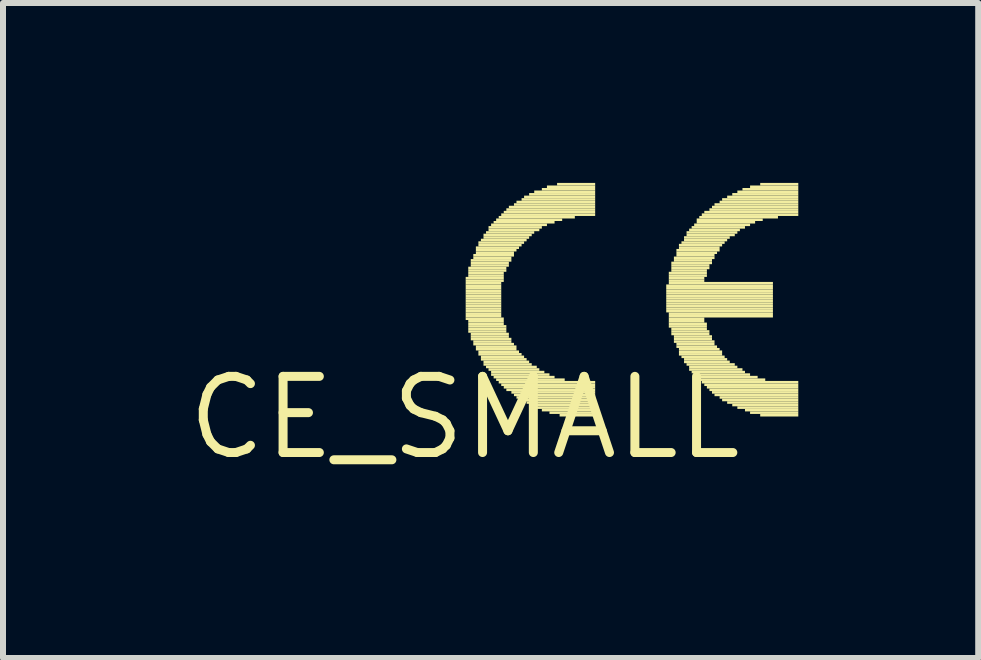
<source format=kicad_pcb>
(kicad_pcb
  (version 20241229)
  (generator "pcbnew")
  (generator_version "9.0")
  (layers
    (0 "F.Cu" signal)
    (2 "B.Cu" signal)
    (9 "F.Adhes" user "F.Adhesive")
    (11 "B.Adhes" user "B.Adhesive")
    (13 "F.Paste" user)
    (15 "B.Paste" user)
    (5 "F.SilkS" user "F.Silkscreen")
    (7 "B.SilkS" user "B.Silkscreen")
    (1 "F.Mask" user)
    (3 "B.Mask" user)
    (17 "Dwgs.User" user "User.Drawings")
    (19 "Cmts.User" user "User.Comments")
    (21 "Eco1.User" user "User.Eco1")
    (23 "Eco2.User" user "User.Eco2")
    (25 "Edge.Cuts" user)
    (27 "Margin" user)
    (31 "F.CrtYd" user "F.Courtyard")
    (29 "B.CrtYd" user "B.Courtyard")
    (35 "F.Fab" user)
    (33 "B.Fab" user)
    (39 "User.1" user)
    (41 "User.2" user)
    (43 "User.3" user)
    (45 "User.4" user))
  (footprint "CE_SMALL"
    (layer "F.Cu")
    (at 4.694 3.916)
    (property "Reference" "CE_SMALL" (at 0 0 0) (layer "F.SilkS") (effects (font (size 1.27 1.27) (thickness 0.15))))
    (fp_poly (pts (xy 0.021 -2.307) (xy 0.656 -2.307) (xy 0.656 -2.349) (xy 0.021 -2.349)) (stroke (width 0) (type solid)) (fill yes) (layer "F.SilkS"))
    (fp_poly (pts (xy 0.021 -2.265) (xy 0.656 -2.265) (xy 0.656 -2.307) (xy 0.021 -2.307)) (stroke (width 0) (type solid)) (fill yes) (layer "F.SilkS"))
    (fp_poly (pts (xy 0.021 -2.223) (xy 0.614 -2.223) (xy 0.614 -2.265) (xy 0.021 -2.265)) (stroke (width 0) (type solid)) (fill yes) (layer "F.SilkS"))
    (fp_poly (pts (xy 0.021 -2.18) (xy 0.614 -2.18) (xy 0.614 -2.223) (xy 0.021 -2.223)) (stroke (width 0) (type solid)) (fill yes) (layer "F.SilkS"))
    (fp_poly (pts (xy 0.021 -2.138) (xy 0.614 -2.138) (xy 0.614 -2.18) (xy 0.021 -2.18)) (stroke (width 0) (type solid)) (fill yes) (layer "F.SilkS"))
    (fp_poly (pts (xy 0.021 -2.095) (xy 0.614 -2.095) (xy 0.614 -2.138) (xy 0.021 -2.138)) (stroke (width 0) (type solid)) (fill yes) (layer "F.SilkS"))
    (fp_poly (pts (xy 0.021 -2.053) (xy 0.614 -2.053) (xy 0.614 -2.095) (xy 0.021 -2.095)) (stroke (width 0) (type solid)) (fill yes) (layer "F.SilkS"))
    (fp_poly (pts (xy 0.021 -2.011) (xy 0.614 -2.011) (xy 0.614 -2.053) (xy 0.021 -2.053)) (stroke (width 0) (type solid)) (fill yes) (layer "F.SilkS"))
    (fp_poly (pts (xy 0.021 -1.968) (xy 0.614 -1.968) (xy 0.614 -2.011) (xy 0.021 -2.011)) (stroke (width 0) (type solid)) (fill yes) (layer "F.SilkS"))
    (fp_poly (pts (xy 0.021 -1.926) (xy 0.614 -1.926) (xy 0.614 -1.968) (xy 0.021 -1.968)) (stroke (width 0) (type solid)) (fill yes) (layer "F.SilkS"))
    (fp_poly (pts (xy 0.021 -1.884) (xy 0.614 -1.884) (xy 0.614 -1.926) (xy 0.021 -1.926)) (stroke (width 0) (type solid)) (fill yes) (layer "F.SilkS"))
    (fp_poly (pts (xy 0.021 -1.841) (xy 0.614 -1.841) (xy 0.614 -1.884) (xy 0.021 -1.884)) (stroke (width 0) (type solid)) (fill yes) (layer "F.SilkS"))
    (fp_poly (pts (xy 0.021 -1.799) (xy 0.614 -1.799) (xy 0.614 -1.841) (xy 0.021 -1.841)) (stroke (width 0) (type solid)) (fill yes) (layer "F.SilkS"))
    (fp_poly (pts (xy 0.021 -1.757) (xy 0.614 -1.757) (xy 0.614 -1.799) (xy 0.021 -1.799)) (stroke (width 0) (type solid)) (fill yes) (layer "F.SilkS"))
    (fp_poly (pts (xy 0.021 -1.714) (xy 0.614 -1.714) (xy 0.614 -1.757) (xy 0.021 -1.757)) (stroke (width 0) (type solid)) (fill yes) (layer "F.SilkS"))
    (fp_poly (pts (xy 0.021 -1.672) (xy 0.614 -1.672) (xy 0.614 -1.714) (xy 0.021 -1.714)) (stroke (width 0) (type solid)) (fill yes) (layer "F.SilkS"))
    (fp_poly (pts (xy 0.021 -1.63) (xy 0.656 -1.63) (xy 0.656 -1.672) (xy 0.021 -1.672)) (stroke (width 0) (type solid)) (fill yes) (layer "F.SilkS"))
    (fp_poly (pts (xy 0.064 -2.477) (xy 0.699 -2.477) (xy 0.699 -2.519) (xy 0.064 -2.519)) (stroke (width 0) (type solid)) (fill yes) (layer "F.SilkS"))
    (fp_poly (pts (xy 0.064 -2.434) (xy 0.699 -2.434) (xy 0.699 -2.477) (xy 0.064 -2.477)) (stroke (width 0) (type solid)) (fill yes) (layer "F.SilkS"))
    (fp_poly (pts (xy 0.064 -2.392) (xy 0.656 -2.392) (xy 0.656 -2.434) (xy 0.064 -2.434)) (stroke (width 0) (type solid)) (fill yes) (layer "F.SilkS"))
    (fp_poly (pts (xy 0.064 -2.349) (xy 0.656 -2.349) (xy 0.656 -2.392) (xy 0.064 -2.392)) (stroke (width 0) (type solid)) (fill yes) (layer "F.SilkS"))
    (fp_poly (pts (xy 0.064 -1.587) (xy 0.656 -1.587) (xy 0.656 -1.63) (xy 0.064 -1.63)) (stroke (width 0) (type solid)) (fill yes) (layer "F.SilkS"))
    (fp_poly (pts (xy 0.064 -1.545) (xy 0.656 -1.545) (xy 0.656 -1.587) (xy 0.064 -1.587)) (stroke (width 0) (type solid)) (fill yes) (layer "F.SilkS"))
    (fp_poly (pts (xy 0.064 -1.503) (xy 0.699 -1.503) (xy 0.699 -1.545) (xy 0.064 -1.545)) (stroke (width 0) (type solid)) (fill yes) (layer "F.SilkS"))
    (fp_poly (pts (xy 0.064 -1.46) (xy 0.699 -1.46) (xy 0.699 -1.503) (xy 0.064 -1.503)) (stroke (width 0) (type solid)) (fill yes) (layer "F.SilkS"))
    (fp_poly (pts (xy 0.064 -1.418) (xy 0.699 -1.418) (xy 0.699 -1.46) (xy 0.064 -1.46)) (stroke (width 0) (type solid)) (fill yes) (layer "F.SilkS"))
    (fp_poly (pts (xy 0.106 -2.603) (xy 0.783 -2.603) (xy 0.783 -2.646) (xy 0.106 -2.646)) (stroke (width 0) (type solid)) (fill yes) (layer "F.SilkS"))
    (fp_poly (pts (xy 0.106 -2.561) (xy 0.741 -2.561) (xy 0.741 -2.603) (xy 0.106 -2.603)) (stroke (width 0) (type solid)) (fill yes) (layer "F.SilkS"))
    (fp_poly (pts (xy 0.106 -2.519) (xy 0.741 -2.519) (xy 0.741 -2.561) (xy 0.106 -2.561)) (stroke (width 0) (type solid)) (fill yes) (layer "F.SilkS"))
    (fp_poly (pts (xy 0.106 -1.376) (xy 0.741 -1.376) (xy 0.741 -1.418) (xy 0.106 -1.418)) (stroke (width 0) (type solid)) (fill yes) (layer "F.SilkS"))
    (fp_poly (pts (xy 0.106 -1.333) (xy 0.741 -1.333) (xy 0.741 -1.376) (xy 0.106 -1.376)) (stroke (width 0) (type solid)) (fill yes) (layer "F.SilkS"))
    (fp_poly (pts (xy 0.106 -1.291) (xy 0.783 -1.291) (xy 0.783 -1.333) (xy 0.106 -1.333)) (stroke (width 0) (type solid)) (fill yes) (layer "F.SilkS"))
    (fp_poly (pts (xy 0.148 -2.688) (xy 0.826 -2.688) (xy 0.826 -2.731) (xy 0.148 -2.731)) (stroke (width 0) (type solid)) (fill yes) (layer "F.SilkS"))
    (fp_poly (pts (xy 0.148 -2.646) (xy 0.783 -2.646) (xy 0.783 -2.688) (xy 0.148 -2.688)) (stroke (width 0) (type solid)) (fill yes) (layer "F.SilkS"))
    (fp_poly (pts (xy 0.148 -1.249) (xy 0.783 -1.249) (xy 0.783 -1.291) (xy 0.148 -1.291)) (stroke (width 0) (type solid)) (fill yes) (layer "F.SilkS"))
    (fp_poly (pts (xy 0.148 -1.206) (xy 0.826 -1.206) (xy 0.826 -1.249) (xy 0.148 -1.249)) (stroke (width 0) (type solid)) (fill yes) (layer "F.SilkS"))
    (fp_poly (pts (xy 0.191 -2.815) (xy 0.91 -2.815) (xy 0.91 -2.857) (xy 0.191 -2.857)) (stroke (width 0) (type solid)) (fill yes) (layer "F.SilkS"))
    (fp_poly (pts (xy 0.191 -2.773) (xy 0.868 -2.773) (xy 0.868 -2.815) (xy 0.191 -2.815)) (stroke (width 0) (type solid)) (fill yes) (layer "F.SilkS"))
    (fp_poly (pts (xy 0.191 -2.731) (xy 0.826 -2.731) (xy 0.826 -2.773) (xy 0.191 -2.773)) (stroke (width 0) (type solid)) (fill yes) (layer "F.SilkS"))
    (fp_poly (pts (xy 0.191 -1.164) (xy 0.868 -1.164) (xy 0.868 -1.206) (xy 0.191 -1.206)) (stroke (width 0) (type solid)) (fill yes) (layer "F.SilkS"))
    (fp_poly (pts (xy 0.191 -1.122) (xy 0.868 -1.122) (xy 0.868 -1.164) (xy 0.191 -1.164)) (stroke (width 0) (type solid)) (fill yes) (layer "F.SilkS"))
    (fp_poly (pts (xy 0.233 -2.9) (xy 0.995 -2.9) (xy 0.995 -2.942) (xy 0.233 -2.942)) (stroke (width 0) (type solid)) (fill yes) (layer "F.SilkS"))
    (fp_poly (pts (xy 0.233 -2.857) (xy 0.953 -2.857) (xy 0.953 -2.9) (xy 0.233 -2.9)) (stroke (width 0) (type solid)) (fill yes) (layer "F.SilkS"))
    (fp_poly (pts (xy 0.233 -1.079) (xy 0.91 -1.079) (xy 0.91 -1.122) (xy 0.233 -1.122)) (stroke (width 0) (type solid)) (fill yes) (layer "F.SilkS"))
    (fp_poly (pts (xy 0.233 -1.037) (xy 0.953 -1.037) (xy 0.953 -1.079) (xy 0.233 -1.079)) (stroke (width 0) (type solid)) (fill yes) (layer "F.SilkS"))
    (fp_poly (pts (xy 0.275 -2.942) (xy 1.037 -2.942) (xy 1.037 -2.985) (xy 0.275 -2.985)) (stroke (width 0) (type solid)) (fill yes) (layer "F.SilkS"))
    (fp_poly (pts (xy 0.275 -0.995) (xy 0.995 -0.995) (xy 0.995 -1.037) (xy 0.275 -1.037)) (stroke (width 0) (type solid)) (fill yes) (layer "F.SilkS"))
    (fp_poly (pts (xy 0.275 -0.953) (xy 1.037 -0.953) (xy 1.037 -0.995) (xy 0.275 -0.995)) (stroke (width 0) (type solid)) (fill yes) (layer "F.SilkS"))
    (fp_poly (pts (xy 0.318 -3.027) (xy 1.122 -3.027) (xy 1.122 -3.069) (xy 0.318 -3.069)) (stroke (width 0) (type solid)) (fill yes) (layer "F.SilkS"))
    (fp_poly (pts (xy 0.318 -2.985) (xy 1.079 -2.985) (xy 1.079 -3.027) (xy 0.318 -3.027)) (stroke (width 0) (type solid)) (fill yes) (layer "F.SilkS"))
    (fp_poly (pts (xy 0.318 -0.91) (xy 1.079 -0.91) (xy 1.079 -0.953) (xy 0.318 -0.953)) (stroke (width 0) (type solid)) (fill yes) (layer "F.SilkS"))
    (fp_poly (pts (xy 0.318 -0.868) (xy 1.122 -0.868) (xy 1.122 -0.91) (xy 0.318 -0.91)) (stroke (width 0) (type solid)) (fill yes) (layer "F.SilkS"))
    (fp_poly (pts (xy 0.36 -3.069) (xy 1.164 -3.069) (xy 1.164 -3.111) (xy 0.36 -3.111)) (stroke (width 0) (type solid)) (fill yes) (layer "F.SilkS"))
    (fp_poly (pts (xy 0.36 -0.826) (xy 1.206 -0.826) (xy 1.206 -0.868) (xy 0.36 -0.868)) (stroke (width 0) (type solid)) (fill yes) (layer "F.SilkS"))
    (fp_poly (pts (xy 0.402 -3.154) (xy 1.291 -3.154) (xy 1.291 -3.196) (xy 0.402 -3.196)) (stroke (width 0) (type solid)) (fill yes) (layer "F.SilkS"))
    (fp_poly (pts (xy 0.402 -3.111) (xy 1.249 -3.111) (xy 1.249 -3.154) (xy 0.402 -3.154)) (stroke (width 0) (type solid)) (fill yes) (layer "F.SilkS"))
    (fp_poly (pts (xy 0.402 -0.783) (xy 1.249 -0.783) (xy 1.249 -0.826) (xy 0.402 -0.826)) (stroke (width 0) (type solid)) (fill yes) (layer "F.SilkS"))
    (fp_poly (pts (xy 0.445 -3.196) (xy 1.376 -3.196) (xy 1.376 -3.239) (xy 0.445 -3.239)) (stroke (width 0) (type solid)) (fill yes) (layer "F.SilkS"))
    (fp_poly (pts (xy 0.445 -0.741) (xy 1.333 -0.741) (xy 1.333 -0.783) (xy 0.445 -0.783)) (stroke (width 0) (type solid)) (fill yes) (layer "F.SilkS"))
    (fp_poly (pts (xy 0.445 -0.699) (xy 1.418 -0.699) (xy 1.418 -0.741) (xy 0.445 -0.741)) (stroke (width 0) (type solid)) (fill yes) (layer "F.SilkS"))
    (fp_poly (pts (xy 0.487 -3.239) (xy 1.503 -3.239) (xy 1.503 -3.281) (xy 0.487 -3.281)) (stroke (width 0) (type solid)) (fill yes) (layer "F.SilkS"))
    (fp_poly (pts (xy 0.487 -0.656) (xy 1.503 -0.656) (xy 1.503 -0.699) (xy 0.487 -0.699)) (stroke (width 0) (type solid)) (fill yes) (layer "F.SilkS"))
    (fp_poly (pts (xy 0.529 -3.281) (xy 1.63 -3.281) (xy 1.63 -3.323) (xy 0.529 -3.323)) (stroke (width 0) (type solid)) (fill yes) (layer "F.SilkS"))
    (fp_poly (pts (xy 0.529 -0.614) (xy 1.672 -0.614) (xy 1.672 -0.656) (xy 0.529 -0.656)) (stroke (width 0) (type solid)) (fill yes) (layer "F.SilkS"))
    (fp_poly (pts (xy 0.572 -3.323) (xy 1.841 -3.323) (xy 1.841 -3.365) (xy 0.572 -3.365)) (stroke (width 0) (type solid)) (fill yes) (layer "F.SilkS"))
    (fp_poly (pts (xy 0.572 -0.572) (xy 2.18 -0.572) (xy 2.18 -0.614) (xy 0.572 -0.614)) (stroke (width 0) (type solid)) (fill yes) (layer "F.SilkS"))
    (fp_poly (pts (xy 0.614 -3.365) (xy 2.18 -3.365) (xy 2.18 -3.408) (xy 0.614 -3.408)) (stroke (width 0) (type solid)) (fill yes) (layer "F.SilkS"))
    (fp_poly (pts (xy 0.614 -0.529) (xy 2.18 -0.529) (xy 2.18 -0.572) (xy 0.614 -0.572)) (stroke (width 0) (type solid)) (fill yes) (layer "F.SilkS"))
    (fp_poly (pts (xy 0.656 -3.408) (xy 2.18 -3.408) (xy 2.18 -3.45) (xy 0.656 -3.45)) (stroke (width 0) (type solid)) (fill yes) (layer "F.SilkS"))
    (fp_poly (pts (xy 0.656 -0.487) (xy 2.18 -0.487) (xy 2.18 -0.529) (xy 0.656 -0.529)) (stroke (width 0) (type solid)) (fill yes) (layer "F.SilkS"))
    (fp_poly (pts (xy 0.699 -3.45) (xy 2.18 -3.45) (xy 2.18 -3.493) (xy 0.699 -3.493)) (stroke (width 0) (type solid)) (fill yes) (layer "F.SilkS"))
    (fp_poly (pts (xy 0.699 -0.445) (xy 2.18 -0.445) (xy 2.18 -0.487) (xy 0.699 -0.487)) (stroke (width 0) (type solid)) (fill yes) (layer "F.SilkS"))
    (fp_poly (pts (xy 0.741 -3.493) (xy 2.18 -3.493) (xy 2.18 -3.535) (xy 0.741 -3.535)) (stroke (width 0) (type solid)) (fill yes) (layer "F.SilkS"))
    (fp_poly (pts (xy 0.783 -0.402) (xy 2.18 -0.402) (xy 2.18 -0.445) (xy 0.783 -0.445)) (stroke (width 0) (type solid)) (fill yes) (layer "F.SilkS"))
    (fp_poly (pts (xy 0.826 -3.535) (xy 2.18 -3.535) (xy 2.18 -3.577) (xy 0.826 -3.577)) (stroke (width 0) (type solid)) (fill yes) (layer "F.SilkS"))
    (fp_poly (pts (xy 0.826 -0.36) (xy 2.18 -0.36) (xy 2.18 -0.402) (xy 0.826 -0.402)) (stroke (width 0) (type solid)) (fill yes) (layer "F.SilkS"))
    (fp_poly (pts (xy 0.868 -3.577) (xy 2.18 -3.577) (xy 2.18 -3.619) (xy 0.868 -3.619)) (stroke (width 0) (type solid)) (fill yes) (layer "F.SilkS"))
    (fp_poly (pts (xy 0.868 -0.318) (xy 2.18 -0.318) (xy 2.18 -0.36) (xy 0.868 -0.36)) (stroke (width 0) (type solid)) (fill yes) (layer "F.SilkS"))
    (fp_poly (pts (xy 0.953 -3.619) (xy 2.18 -3.619) (xy 2.18 -3.662) (xy 0.953 -3.662)) (stroke (width 0) (type solid)) (fill yes) (layer "F.SilkS"))
    (fp_poly (pts (xy 0.953 -0.275) (xy 2.18 -0.275) (xy 2.18 -0.318) (xy 0.953 -0.318)) (stroke (width 0) (type solid)) (fill yes) (layer "F.SilkS"))
    (fp_poly (pts (xy 0.995 -3.662) (xy 2.18 -3.662) (xy 2.18 -3.704) (xy 0.995 -3.704)) (stroke (width 0) (type solid)) (fill yes) (layer "F.SilkS"))
    (fp_poly (pts (xy 1.037 -0.233) (xy 2.18 -0.233) (xy 2.18 -0.275) (xy 1.037 -0.275)) (stroke (width 0) (type solid)) (fill yes) (layer "F.SilkS"))
    (fp_poly (pts (xy 1.079 -3.704) (xy 2.18 -3.704) (xy 2.18 -3.747) (xy 1.079 -3.747)) (stroke (width 0) (type solid)) (fill yes) (layer "F.SilkS"))
    (fp_poly (pts (xy 1.079 -0.191) (xy 2.18 -0.191) (xy 2.18 -0.233) (xy 1.079 -0.233)) (stroke (width 0) (type solid)) (fill yes) (layer "F.SilkS"))
    (fp_poly (pts (xy 1.164 -3.747) (xy 2.18 -3.747) (xy 2.18 -3.789) (xy 1.164 -3.789)) (stroke (width 0) (type solid)) (fill yes) (layer "F.SilkS"))
    (fp_poly (pts (xy 1.164 -0.148) (xy 2.18 -0.148) (xy 2.18 -0.191) (xy 1.164 -0.191)) (stroke (width 0) (type solid)) (fill yes) (layer "F.SilkS"))
    (fp_poly (pts (xy 1.291 -3.789) (xy 2.18 -3.789) (xy 2.18 -3.831) (xy 1.291 -3.831)) (stroke (width 0) (type solid)) (fill yes) (layer "F.SilkS"))
    (fp_poly (pts (xy 1.291 -0.106) (xy 2.18 -0.106) (xy 2.18 -0.148) (xy 1.291 -0.148)) (stroke (width 0) (type solid)) (fill yes) (layer "F.SilkS"))
    (fp_poly (pts (xy 1.376 -3.831) (xy 2.18 -3.831) (xy 2.18 -3.873) (xy 1.376 -3.873)) (stroke (width 0) (type solid)) (fill yes) (layer "F.SilkS"))
    (fp_poly (pts (xy 1.418 -0.064) (xy 2.18 -0.064) (xy 2.18 -0.106) (xy 1.418 -0.106)) (stroke (width 0) (type solid)) (fill yes) (layer "F.SilkS"))
    (fp_poly (pts (xy 1.545 -3.873) (xy 2.18 -3.873) (xy 2.18 -3.916) (xy 1.545 -3.916)) (stroke (width 0) (type solid)) (fill yes) (layer "F.SilkS"))
    (fp_poly (pts (xy 1.587 -0.021) (xy 2.18 -0.021) (xy 2.18 -0.064) (xy 1.587 -0.064)) (stroke (width 0) (type solid)) (fill yes) (layer "F.SilkS"))
    (fp_poly (pts (xy 3.365 -2.18) (xy 5.144 -2.18) (xy 5.144 -2.223) (xy 3.365 -2.223)) (stroke (width 0) (type solid)) (fill yes) (layer "F.SilkS"))
    (fp_poly (pts (xy 3.365 -2.138) (xy 5.144 -2.138) (xy 5.144 -2.18) (xy 3.365 -2.18)) (stroke (width 0) (type solid)) (fill yes) (layer "F.SilkS"))
    (fp_poly (pts (xy 3.365 -2.095) (xy 5.144 -2.095) (xy 5.144 -2.138) (xy 3.365 -2.138)) (stroke (width 0) (type solid)) (fill yes) (layer "F.SilkS"))
    (fp_poly (pts (xy 3.365 -2.053) (xy 5.144 -2.053) (xy 5.144 -2.095) (xy 3.365 -2.095)) (stroke (width 0) (type solid)) (fill yes) (layer "F.SilkS"))
    (fp_poly (pts (xy 3.365 -2.011) (xy 5.144 -2.011) (xy 5.144 -2.053) (xy 3.365 -2.053)) (stroke (width 0) (type solid)) (fill yes) (layer "F.SilkS"))
    (fp_poly (pts (xy 3.365 -1.968) (xy 5.144 -1.968) (xy 5.144 -2.011) (xy 3.365 -2.011)) (stroke (width 0) (type solid)) (fill yes) (layer "F.SilkS"))
    (fp_poly (pts (xy 3.365 -1.926) (xy 5.144 -1.926) (xy 5.144 -1.968) (xy 3.365 -1.968)) (stroke (width 0) (type solid)) (fill yes) (layer "F.SilkS"))
    (fp_poly (pts (xy 3.365 -1.884) (xy 5.144 -1.884) (xy 5.144 -1.926) (xy 3.365 -1.926)) (stroke (width 0) (type solid)) (fill yes) (layer "F.SilkS"))
    (fp_poly (pts (xy 3.365 -1.841) (xy 5.144 -1.841) (xy 5.144 -1.884) (xy 3.365 -1.884)) (stroke (width 0) (type solid)) (fill yes) (layer "F.SilkS"))
    (fp_poly (pts (xy 3.365 -1.799) (xy 5.144 -1.799) (xy 5.144 -1.841) (xy 3.365 -1.841)) (stroke (width 0) (type solid)) (fill yes) (layer "F.SilkS"))
    (fp_poly (pts (xy 3.365 -1.757) (xy 5.144 -1.757) (xy 5.144 -1.799) (xy 3.365 -1.799)) (stroke (width 0) (type solid)) (fill yes) (layer "F.SilkS"))
    (fp_poly (pts (xy 3.408 -2.392) (xy 4.043 -2.392) (xy 4.043 -2.434) (xy 3.408 -2.434)) (stroke (width 0) (type solid)) (fill yes) (layer "F.SilkS"))
    (fp_poly (pts (xy 3.408 -2.349) (xy 4.043 -2.349) (xy 4.043 -2.392) (xy 3.408 -2.392)) (stroke (width 0) (type solid)) (fill yes) (layer "F.SilkS"))
    (fp_poly (pts (xy 3.408 -2.307) (xy 4 -2.307) (xy 4 -2.349) (xy 3.408 -2.349)) (stroke (width 0) (type solid)) (fill yes) (layer "F.SilkS"))
    (fp_poly (pts (xy 3.408 -2.265) (xy 4 -2.265) (xy 4 -2.307) (xy 3.408 -2.307)) (stroke (width 0) (type solid)) (fill yes) (layer "F.SilkS"))
    (fp_poly (pts (xy 3.408 -2.223) (xy 5.144 -2.223) (xy 5.144 -2.265) (xy 3.408 -2.265)) (stroke (width 0) (type solid)) (fill yes) (layer "F.SilkS"))
    (fp_poly (pts (xy 3.408 -1.714) (xy 5.144 -1.714) (xy 5.144 -1.757) (xy 3.408 -1.757)) (stroke (width 0) (type solid)) (fill yes) (layer "F.SilkS"))
    (fp_poly (pts (xy 3.408 -1.672) (xy 5.144 -1.672) (xy 5.144 -1.714) (xy 3.408 -1.714)) (stroke (width 0) (type solid)) (fill yes) (layer "F.SilkS"))
    (fp_poly (pts (xy 3.408 -1.63) (xy 4 -1.63) (xy 4 -1.672) (xy 3.408 -1.672)) (stroke (width 0) (type solid)) (fill yes) (layer "F.SilkS"))
    (fp_poly (pts (xy 3.408 -1.587) (xy 4 -1.587) (xy 4 -1.63) (xy 3.408 -1.63)) (stroke (width 0) (type solid)) (fill yes) (layer "F.SilkS"))
    (fp_poly (pts (xy 3.408 -1.545) (xy 4.043 -1.545) (xy 4.043 -1.587) (xy 3.408 -1.587)) (stroke (width 0) (type solid)) (fill yes) (layer "F.SilkS"))
    (fp_poly (pts (xy 3.408 -1.503) (xy 4.043 -1.503) (xy 4.043 -1.545) (xy 3.408 -1.545)) (stroke (width 0) (type solid)) (fill yes) (layer "F.SilkS"))
    (fp_poly (pts (xy 3.45 -2.561) (xy 4.128 -2.561) (xy 4.128 -2.603) (xy 3.45 -2.603)) (stroke (width 0) (type solid)) (fill yes) (layer "F.SilkS"))
    (fp_poly (pts (xy 3.45 -2.519) (xy 4.085 -2.519) (xy 4.085 -2.561) (xy 3.45 -2.561)) (stroke (width 0) (type solid)) (fill yes) (layer "F.SilkS"))
    (fp_poly (pts (xy 3.45 -2.477) (xy 4.085 -2.477) (xy 4.085 -2.519) (xy 3.45 -2.519)) (stroke (width 0) (type solid)) (fill yes) (layer "F.SilkS"))
    (fp_poly (pts (xy 3.45 -2.434) (xy 4.043 -2.434) (xy 4.043 -2.477) (xy 3.45 -2.477)) (stroke (width 0) (type solid)) (fill yes) (layer "F.SilkS"))
    (fp_poly (pts (xy 3.45 -1.46) (xy 4.043 -1.46) (xy 4.043 -1.503) (xy 3.45 -1.503)) (stroke (width 0) (type solid)) (fill yes) (layer "F.SilkS"))
    (fp_poly (pts (xy 3.45 -1.418) (xy 4.085 -1.418) (xy 4.085 -1.46) (xy 3.45 -1.46)) (stroke (width 0) (type solid)) (fill yes) (layer "F.SilkS"))
    (fp_poly (pts (xy 3.45 -1.376) (xy 4.085 -1.376) (xy 4.085 -1.418) (xy 3.45 -1.418)) (stroke (width 0) (type solid)) (fill yes) (layer "F.SilkS"))
    (fp_poly (pts (xy 3.493 -2.646) (xy 4.17 -2.646) (xy 4.17 -2.688) (xy 3.493 -2.688)) (stroke (width 0) (type solid)) (fill yes) (layer "F.SilkS"))
    (fp_poly (pts (xy 3.493 -2.603) (xy 4.128 -2.603) (xy 4.128 -2.646) (xy 3.493 -2.646)) (stroke (width 0) (type solid)) (fill yes) (layer "F.SilkS"))
    (fp_poly (pts (xy 3.493 -1.333) (xy 4.128 -1.333) (xy 4.128 -1.376) (xy 3.493 -1.376)) (stroke (width 0) (type solid)) (fill yes) (layer "F.SilkS"))
    (fp_poly (pts (xy 3.493 -1.291) (xy 4.128 -1.291) (xy 4.128 -1.333) (xy 3.493 -1.333)) (stroke (width 0) (type solid)) (fill yes) (layer "F.SilkS"))
    (fp_poly (pts (xy 3.493 -1.249) (xy 4.17 -1.249) (xy 4.17 -1.291) (xy 3.493 -1.291)) (stroke (width 0) (type solid)) (fill yes) (layer "F.SilkS"))
    (fp_poly (pts (xy 3.535 -2.773) (xy 4.255 -2.773) (xy 4.255 -2.815) (xy 3.535 -2.815)) (stroke (width 0) (type solid)) (fill yes) (layer "F.SilkS"))
    (fp_poly (pts (xy 3.535 -2.731) (xy 4.212 -2.731) (xy 4.212 -2.773) (xy 3.535 -2.773)) (stroke (width 0) (type solid)) (fill yes) (layer "F.SilkS"))
    (fp_poly (pts (xy 3.535 -2.688) (xy 4.17 -2.688) (xy 4.17 -2.731) (xy 3.535 -2.731)) (stroke (width 0) (type solid)) (fill yes) (layer "F.SilkS"))
    (fp_poly (pts (xy 3.535 -1.206) (xy 4.17 -1.206) (xy 4.17 -1.249) (xy 3.535 -1.249)) (stroke (width 0) (type solid)) (fill yes) (layer "F.SilkS"))
    (fp_poly (pts (xy 3.535 -1.164) (xy 4.212 -1.164) (xy 4.212 -1.206) (xy 3.535 -1.206)) (stroke (width 0) (type solid)) (fill yes) (layer "F.SilkS"))
    (fp_poly (pts (xy 3.577 -2.857) (xy 4.297 -2.857) (xy 4.297 -2.9) (xy 3.577 -2.9)) (stroke (width 0) (type solid)) (fill yes) (layer "F.SilkS"))
    (fp_poly (pts (xy 3.577 -2.815) (xy 4.255 -2.815) (xy 4.255 -2.857) (xy 3.577 -2.857)) (stroke (width 0) (type solid)) (fill yes) (layer "F.SilkS"))
    (fp_poly (pts (xy 3.577 -1.122) (xy 4.255 -1.122) (xy 4.255 -1.164) (xy 3.577 -1.164)) (stroke (width 0) (type solid)) (fill yes) (layer "F.SilkS"))
    (fp_poly (pts (xy 3.577 -1.079) (xy 4.297 -1.079) (xy 4.297 -1.122) (xy 3.577 -1.122)) (stroke (width 0) (type solid)) (fill yes) (layer "F.SilkS"))
    (fp_poly (pts (xy 3.577 -1.037) (xy 4.297 -1.037) (xy 4.297 -1.079) (xy 3.577 -1.079)) (stroke (width 0) (type solid)) (fill yes) (layer "F.SilkS"))
    (fp_poly (pts (xy 3.619 -2.9) (xy 4.339 -2.9) (xy 4.339 -2.942) (xy 3.619 -2.942)) (stroke (width 0) (type solid)) (fill yes) (layer "F.SilkS"))
    (fp_poly (pts (xy 3.619 -0.995) (xy 4.339 -0.995) (xy 4.339 -1.037) (xy 3.619 -1.037)) (stroke (width 0) (type solid)) (fill yes) (layer "F.SilkS"))
    (fp_poly (pts (xy 3.662 -2.985) (xy 4.424 -2.985) (xy 4.424 -3.027) (xy 3.662 -3.027)) (stroke (width 0) (type solid)) (fill yes) (layer "F.SilkS"))
    (fp_poly (pts (xy 3.662 -2.942) (xy 4.381 -2.942) (xy 4.381 -2.985) (xy 3.662 -2.985)) (stroke (width 0) (type solid)) (fill yes) (layer "F.SilkS"))
    (fp_poly (pts (xy 3.662 -0.953) (xy 4.381 -0.953) (xy 4.381 -0.995) (xy 3.662 -0.995)) (stroke (width 0) (type solid)) (fill yes) (layer "F.SilkS"))
    (fp_poly (pts (xy 3.662 -0.91) (xy 4.424 -0.91) (xy 4.424 -0.953) (xy 3.662 -0.953)) (stroke (width 0) (type solid)) (fill yes) (layer "F.SilkS"))
    (fp_poly (pts (xy 3.704 -3.069) (xy 4.551 -3.069) (xy 4.551 -3.111) (xy 3.704 -3.111)) (stroke (width 0) (type solid)) (fill yes) (layer "F.SilkS"))
    (fp_poly (pts (xy 3.704 -3.027) (xy 4.508 -3.027) (xy 4.508 -3.069) (xy 3.704 -3.069)) (stroke (width 0) (type solid)) (fill yes) (layer "F.SilkS"))
    (fp_poly (pts (xy 3.704 -0.868) (xy 4.508 -0.868) (xy 4.508 -0.91) (xy 3.704 -0.91)) (stroke (width 0) (type solid)) (fill yes) (layer "F.SilkS"))
    (fp_poly (pts (xy 3.747 -3.111) (xy 4.593 -3.111) (xy 4.593 -3.154) (xy 3.747 -3.154)) (stroke (width 0) (type solid)) (fill yes) (layer "F.SilkS"))
    (fp_poly (pts (xy 3.747 -0.826) (xy 4.551 -0.826) (xy 4.551 -0.868) (xy 3.747 -0.868)) (stroke (width 0) (type solid)) (fill yes) (layer "F.SilkS"))
    (fp_poly (pts (xy 3.747 -0.783) (xy 4.636 -0.783) (xy 4.636 -0.826) (xy 3.747 -0.826)) (stroke (width 0) (type solid)) (fill yes) (layer "F.SilkS"))
    (fp_poly (pts (xy 3.789 -3.154) (xy 4.678 -3.154) (xy 4.678 -3.196) (xy 3.789 -3.196)) (stroke (width 0) (type solid)) (fill yes) (layer "F.SilkS"))
    (fp_poly (pts (xy 3.789 -0.741) (xy 4.678 -0.741) (xy 4.678 -0.783) (xy 3.789 -0.783)) (stroke (width 0) (type solid)) (fill yes) (layer "F.SilkS"))
    (fp_poly (pts (xy 3.831 -3.196) (xy 4.763 -3.196) (xy 4.763 -3.239) (xy 3.831 -3.239)) (stroke (width 0) (type solid)) (fill yes) (layer "F.SilkS"))
    (fp_poly (pts (xy 3.831 -0.699) (xy 4.763 -0.699) (xy 4.763 -0.741) (xy 3.831 -0.741)) (stroke (width 0) (type solid)) (fill yes) (layer "F.SilkS"))
    (fp_poly (pts (xy 3.873 -3.281) (xy 4.974 -3.281) (xy 4.974 -3.323) (xy 3.873 -3.323)) (stroke (width 0) (type solid)) (fill yes) (layer "F.SilkS"))
    (fp_poly (pts (xy 3.873 -3.239) (xy 4.847 -3.239) (xy 4.847 -3.281) (xy 3.873 -3.281)) (stroke (width 0) (type solid)) (fill yes) (layer "F.SilkS"))
    (fp_poly (pts (xy 3.873 -0.656) (xy 4.889 -0.656) (xy 4.889 -0.699) (xy 3.873 -0.699)) (stroke (width 0) (type solid)) (fill yes) (layer "F.SilkS"))
    (fp_poly (pts (xy 3.916 -3.323) (xy 5.228 -3.323) (xy 5.228 -3.365) (xy 3.916 -3.365)) (stroke (width 0) (type solid)) (fill yes) (layer "F.SilkS"))
    (fp_poly (pts (xy 3.916 -0.614) (xy 5.016 -0.614) (xy 5.016 -0.656) (xy 3.916 -0.656)) (stroke (width 0) (type solid)) (fill yes) (layer "F.SilkS"))
    (fp_poly (pts (xy 3.958 -3.365) (xy 5.567 -3.365) (xy 5.567 -3.408) (xy 3.958 -3.408)) (stroke (width 0) (type solid)) (fill yes) (layer "F.SilkS"))
    (fp_poly (pts (xy 3.958 -0.572) (xy 5.567 -0.572) (xy 5.567 -0.614) (xy 3.958 -0.614)) (stroke (width 0) (type solid)) (fill yes) (layer "F.SilkS"))
    (fp_poly (pts (xy 4 -3.408) (xy 5.567 -3.408) (xy 5.567 -3.45) (xy 4 -3.45)) (stroke (width 0) (type solid)) (fill yes) (layer "F.SilkS"))
    (fp_poly (pts (xy 4 -0.529) (xy 5.567 -0.529) (xy 5.567 -0.572) (xy 4 -0.572)) (stroke (width 0) (type solid)) (fill yes) (layer "F.SilkS"))
    (fp_poly (pts (xy 4.043 -0.487) (xy 5.567 -0.487) (xy 5.567 -0.529) (xy 4.043 -0.529)) (stroke (width 0) (type solid)) (fill yes) (layer "F.SilkS"))
    (fp_poly (pts (xy 4.085 -3.45) (xy 5.567 -3.45) (xy 5.567 -3.493) (xy 4.085 -3.493)) (stroke (width 0) (type solid)) (fill yes) (layer "F.SilkS"))
    (fp_poly (pts (xy 4.085 -0.445) (xy 5.567 -0.445) (xy 5.567 -0.487) (xy 4.085 -0.487)) (stroke (width 0) (type solid)) (fill yes) (layer "F.SilkS"))
    (fp_poly (pts (xy 4.128 -3.493) (xy 5.567 -3.493) (xy 5.567 -3.535) (xy 4.128 -3.535)) (stroke (width 0) (type solid)) (fill yes) (layer "F.SilkS"))
    (fp_poly (pts (xy 4.128 -0.402) (xy 5.567 -0.402) (xy 5.567 -0.445) (xy 4.128 -0.445)) (stroke (width 0) (type solid)) (fill yes) (layer "F.SilkS"))
    (fp_poly (pts (xy 4.17 -3.535) (xy 5.567 -3.535) (xy 5.567 -3.577) (xy 4.17 -3.577)) (stroke (width 0) (type solid)) (fill yes) (layer "F.SilkS"))
    (fp_poly (pts (xy 4.17 -0.36) (xy 5.567 -0.36) (xy 5.567 -0.402) (xy 4.17 -0.402)) (stroke (width 0) (type solid)) (fill yes) (layer "F.SilkS"))
    (fp_poly (pts (xy 4.255 -3.577) (xy 5.567 -3.577) (xy 5.567 -3.619) (xy 4.255 -3.619)) (stroke (width 0) (type solid)) (fill yes) (layer "F.SilkS"))
    (fp_poly (pts (xy 4.255 -0.318) (xy 5.567 -0.318) (xy 5.567 -0.36) (xy 4.255 -0.36)) (stroke (width 0) (type solid)) (fill yes) (layer "F.SilkS"))
    (fp_poly (pts (xy 4.297 -3.619) (xy 5.567 -3.619) (xy 5.567 -3.662) (xy 4.297 -3.662)) (stroke (width 0) (type solid)) (fill yes) (layer "F.SilkS"))
    (fp_poly (pts (xy 4.297 -0.275) (xy 5.567 -0.275) (xy 5.567 -0.318) (xy 4.297 -0.318)) (stroke (width 0) (type solid)) (fill yes) (layer "F.SilkS"))
    (fp_poly (pts (xy 4.381 -3.662) (xy 5.567 -3.662) (xy 5.567 -3.704) (xy 4.381 -3.704)) (stroke (width 0) (type solid)) (fill yes) (layer "F.SilkS"))
    (fp_poly (pts (xy 4.381 -0.233) (xy 5.567 -0.233) (xy 5.567 -0.275) (xy 4.381 -0.275)) (stroke (width 0) (type solid)) (fill yes) (layer "F.SilkS"))
    (fp_poly (pts (xy 4.466 -3.704) (xy 5.567 -3.704) (xy 5.567 -3.747) (xy 4.466 -3.747)) (stroke (width 0) (type solid)) (fill yes) (layer "F.SilkS"))
    (fp_poly (pts (xy 4.466 -0.191) (xy 5.567 -0.191) (xy 5.567 -0.233) (xy 4.466 -0.233)) (stroke (width 0) (type solid)) (fill yes) (layer "F.SilkS"))
    (fp_poly (pts (xy 4.551 -3.747) (xy 5.567 -3.747) (xy 5.567 -3.789) (xy 4.551 -3.789)) (stroke (width 0) (type solid)) (fill yes) (layer "F.SilkS"))
    (fp_poly (pts (xy 4.551 -0.148) (xy 5.567 -0.148) (xy 5.567 -0.191) (xy 4.551 -0.191)) (stroke (width 0) (type solid)) (fill yes) (layer "F.SilkS"))
    (fp_poly (pts (xy 4.636 -3.789) (xy 5.567 -3.789) (xy 5.567 -3.831) (xy 4.636 -3.831)) (stroke (width 0) (type solid)) (fill yes) (layer "F.SilkS"))
    (fp_poly (pts (xy 4.678 -0.106) (xy 5.567 -0.106) (xy 5.567 -0.148) (xy 4.678 -0.148)) (stroke (width 0) (type solid)) (fill yes) (layer "F.SilkS"))
    (fp_poly (pts (xy 4.763 -3.831) (xy 5.567 -3.831) (xy 5.567 -3.873) (xy 4.763 -3.873)) (stroke (width 0) (type solid)) (fill yes) (layer "F.SilkS"))
    (fp_poly (pts (xy 4.763 -0.064) (xy 5.567 -0.064) (xy 5.567 -0.106) (xy 4.763 -0.106)) (stroke (width 0) (type solid)) (fill yes) (layer "F.SilkS"))
    (fp_poly (pts (xy 4.932 -3.873) (xy 5.567 -3.873) (xy 5.567 -3.916) (xy 4.932 -3.916)) (stroke (width 0) (type solid)) (fill yes) (layer "F.SilkS"))
    (fp_poly (pts (xy 4.932 -0.021) (xy 5.567 -0.021) (xy 5.567 -0.064) (xy 4.932 -0.064)) (stroke (width 0) (type solid)) (fill yes) (layer "F.SilkS")))
  (gr_rect
    (start -3 -3)
    (end 13.261 7.922)
    (stroke (width 0.1) (type default))
    (fill no)
    (layer "Edge.Cuts")))
</source>
